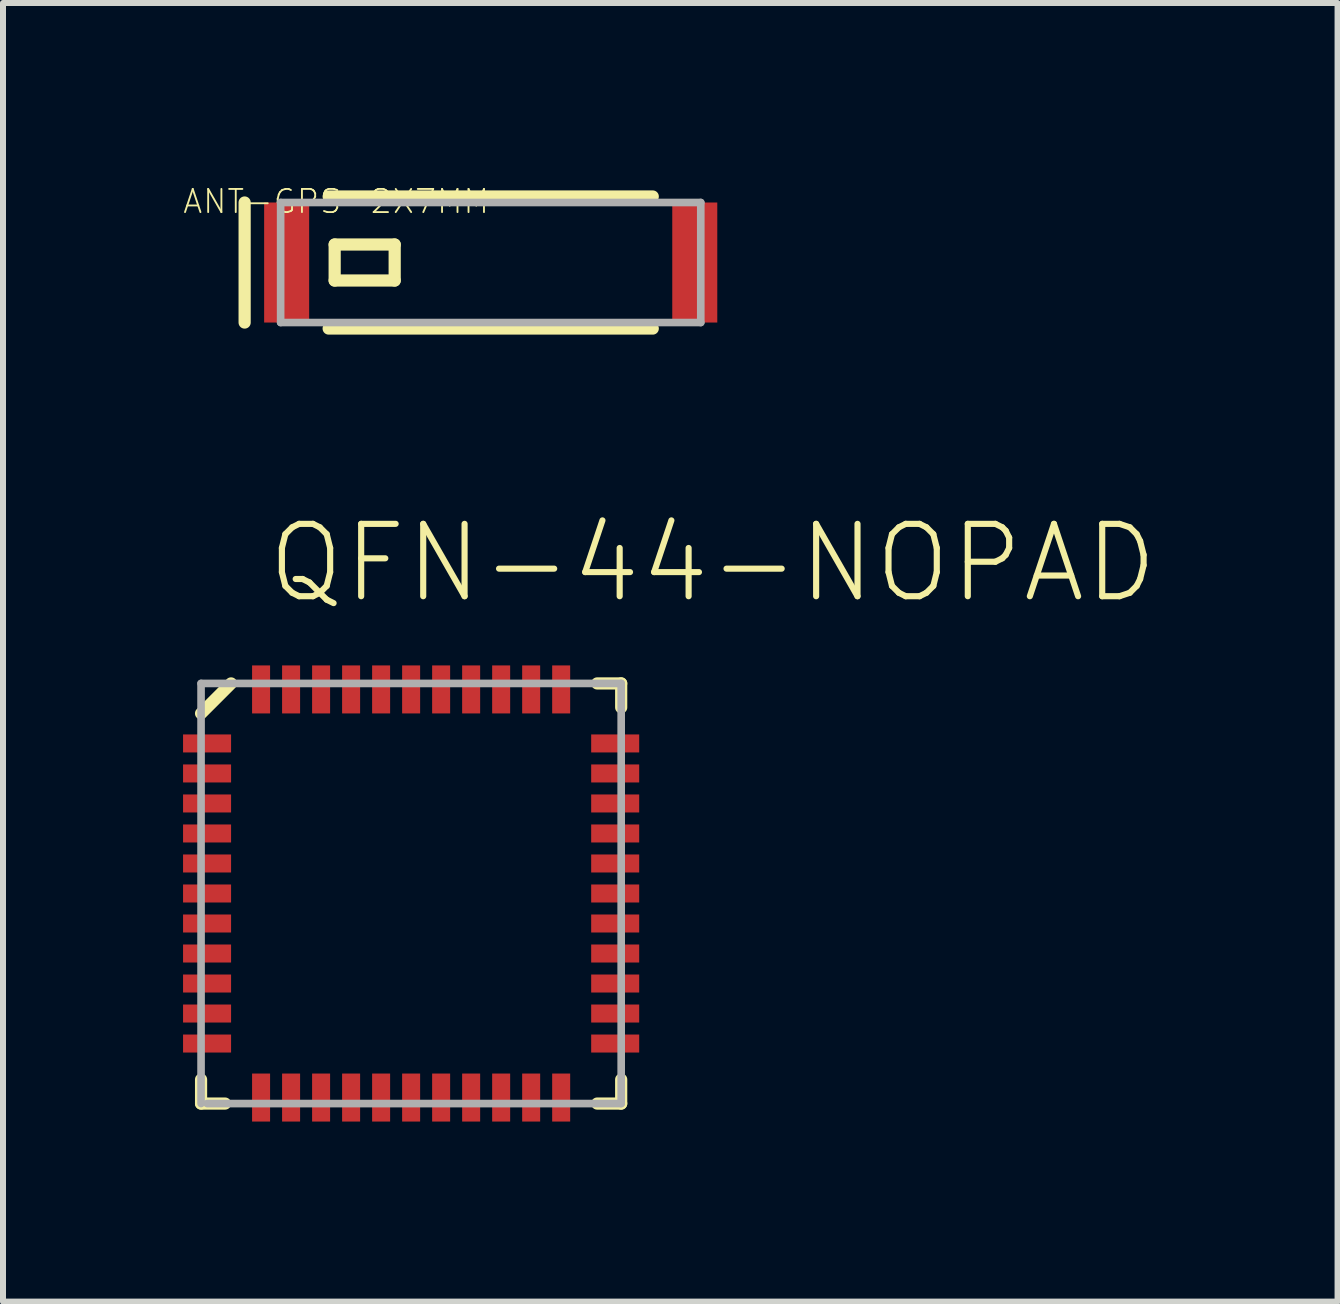
<source format=kicad_pcb>
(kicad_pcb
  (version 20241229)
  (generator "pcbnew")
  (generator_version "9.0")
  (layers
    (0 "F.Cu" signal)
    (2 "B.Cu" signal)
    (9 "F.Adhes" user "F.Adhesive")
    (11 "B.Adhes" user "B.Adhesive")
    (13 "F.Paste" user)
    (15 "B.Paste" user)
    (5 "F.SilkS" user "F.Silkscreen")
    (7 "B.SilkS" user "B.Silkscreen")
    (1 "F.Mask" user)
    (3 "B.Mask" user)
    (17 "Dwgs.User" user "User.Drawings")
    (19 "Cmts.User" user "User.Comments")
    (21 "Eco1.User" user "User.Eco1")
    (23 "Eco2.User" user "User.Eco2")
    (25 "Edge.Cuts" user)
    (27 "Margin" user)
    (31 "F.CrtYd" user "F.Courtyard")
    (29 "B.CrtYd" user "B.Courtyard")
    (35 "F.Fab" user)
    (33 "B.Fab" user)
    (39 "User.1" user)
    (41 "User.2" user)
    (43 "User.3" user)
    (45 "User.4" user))
  (footprint "QFN-44-NOPAD"
    (layer "F.Cu")
    (at 3.8 11.837)
    (property "Reference" "QFN-44-NOPAD" (at -2.45 -4.8 0) (layer "F.SilkS") (effects (font (size 1.206 1.206) (thickness 0.102)) (justify left bottom)))
    (attr through_hole)
    (fp_line (start -3.5 3.5) (end -3.5 3.1) (stroke (width 0.203) (type solid)) (layer "F.SilkS"))
    (fp_line (start -3.1 3.5) (end -3.5 3.5) (stroke (width 0.203) (type solid)) (layer "F.SilkS"))
    (fp_line (start -3 -3.5) (end -3.5 -3) (stroke (width 0.203) (type solid)) (layer "F.SilkS"))
    (fp_line (start 3.1 3.5) (end 3.5 3.5) (stroke (width 0.203) (type solid)) (layer "F.SilkS"))
    (fp_line (start 3.5 -3.5) (end 3.1 -3.5) (stroke (width 0.203) (type solid)) (layer "F.SilkS"))
    (fp_line (start 3.5 -3.1) (end 3.5 -3.5) (stroke (width 0.203) (type solid)) (layer "F.SilkS"))
    (fp_line (start 3.5 3.1) (end 3.5 3.5) (stroke (width 0.203) (type solid)) (layer "F.SilkS"))
    (fp_line (start -3.5 -3.5) (end -3.5 3.5) (stroke (width 0.127) (type solid)) (layer "F.Fab"))
    (fp_line (start -3.4 3.5) (end 3.5 3.5) (stroke (width 0.127) (type solid)) (layer "F.Fab"))
    (fp_line (start 3.5 -3.5) (end -3.5 -3.5) (stroke (width 0.127) (type solid)) (layer "F.Fab"))
    (fp_line (start 3.5 3.5) (end 3.5 -3.5) (stroke (width 0.127) (type solid)) (layer "F.Fab"))
    (pad "1" smd rect (at -3.4 -2.5 180) (size 0.8 0.3) (layers "F.Cu" "F.Mask" "F.Paste"))
    (pad "2" smd rect (at -3.4 -2 180) (size 0.8 0.3) (layers "F.Cu" "F.Mask" "F.Paste"))
    (pad "3" smd rect (at -3.4 -1.5 180) (size 0.8 0.3) (layers "F.Cu" "F.Mask" "F.Paste"))
    (pad "4" smd rect (at -3.4 -1 180) (size 0.8 0.3) (layers "F.Cu" "F.Mask" "F.Paste"))
    (pad "5" smd rect (at -3.4 -0.5 180) (size 0.8 0.3) (layers "F.Cu" "F.Mask" "F.Paste"))
    (pad "6" smd rect (at -3.4 0 180) (size 0.8 0.3) (layers "F.Cu" "F.Mask" "F.Paste"))
    (pad "7" smd rect (at -3.4 0.5) (size 0.8 0.3) (layers "F.Cu" "F.Mask" "F.Paste"))
    (pad "8" smd rect (at -3.4 1) (size 0.8 0.3) (layers "F.Cu" "F.Mask" "F.Paste"))
    (pad "9" smd rect (at -3.4 1.5) (size 0.8 0.3) (layers "F.Cu" "F.Mask" "F.Paste"))
    (pad "10" smd rect (at -3.4 2) (size 0.8 0.3) (layers "F.Cu" "F.Mask" "F.Paste"))
    (pad "11" smd rect (at -3.4 2.5) (size 0.8 0.3) (layers "F.Cu" "F.Mask" "F.Paste"))
    (pad "12" smd rect (at -2.5 3.4 270) (size 0.8 0.3) (layers "F.Cu" "F.Mask" "F.Paste"))
    (pad "13" smd rect (at -2 3.4 270) (size 0.8 0.3) (layers "F.Cu" "F.Mask" "F.Paste"))
    (pad "14" smd rect (at -1.5 3.4 270) (size 0.8 0.3) (layers "F.Cu" "F.Mask" "F.Paste"))
    (pad "15" smd rect (at -1 3.4 270) (size 0.8 0.3) (layers "F.Cu" "F.Mask" "F.Paste"))
    (pad "16" smd rect (at -0.5 3.4 270) (size 0.8 0.3) (layers "F.Cu" "F.Mask" "F.Paste"))
    (pad "17" smd rect (at 0 3.4 270) (size 0.8 0.3) (layers "F.Cu" "F.Mask" "F.Paste"))
    (pad "18" smd rect (at 0.5 3.4 90) (size 0.8 0.3) (layers "F.Cu" "F.Mask" "F.Paste"))
    (pad "19" smd rect (at 1 3.4 90) (size 0.8 0.3) (layers "F.Cu" "F.Mask" "F.Paste"))
    (pad "20" smd rect (at 1.5 3.4 90) (size 0.8 0.3) (layers "F.Cu" "F.Mask" "F.Paste"))
    (pad "21" smd rect (at 2 3.4 90) (size 0.8 0.3) (layers "F.Cu" "F.Mask" "F.Paste"))
    (pad "22" smd rect (at 2.5 3.4 90) (size 0.8 0.3) (layers "F.Cu" "F.Mask" "F.Paste"))
    (pad "23" smd rect (at 3.4 2.5) (size 0.8 0.3) (layers "F.Cu" "F.Mask" "F.Paste"))
    (pad "24" smd rect (at 3.4 2) (size 0.8 0.3) (layers "F.Cu" "F.Mask" "F.Paste"))
    (pad "25" smd rect (at 3.4 1.5) (size 0.8 0.3) (layers "F.Cu" "F.Mask" "F.Paste"))
    (pad "26" smd rect (at 3.4 1) (size 0.8 0.3) (layers "F.Cu" "F.Mask" "F.Paste"))
    (pad "27" smd rect (at 3.4 0.5) (size 0.8 0.3) (layers "F.Cu" "F.Mask" "F.Paste"))
    (pad "28" smd rect (at 3.4 0) (size 0.8 0.3) (layers "F.Cu" "F.Mask" "F.Paste"))
    (pad "29" smd rect (at 3.4 -0.5 180) (size 0.8 0.3) (layers "F.Cu" "F.Mask" "F.Paste"))
    (pad "30" smd rect (at 3.4 -1 180) (size 0.8 0.3) (layers "F.Cu" "F.Mask" "F.Paste"))
    (pad "31" smd rect (at 3.4 -1.5 180) (size 0.8 0.3) (layers "F.Cu" "F.Mask" "F.Paste"))
    (pad "32" smd rect (at 3.4 -2 180) (size 0.8 0.3) (layers "F.Cu" "F.Mask" "F.Paste"))
    (pad "33" smd rect (at 3.4 -2.5 180) (size 0.8 0.3) (layers "F.Cu" "F.Mask" "F.Paste"))
    (pad "34" smd rect (at 2.5 -3.4 90) (size 0.8 0.3) (layers "F.Cu" "F.Mask" "F.Paste"))
    (pad "35" smd rect (at 2 -3.4 90) (size 0.8 0.3) (layers "F.Cu" "F.Mask" "F.Paste"))
    (pad "36" smd rect (at 1.5 -3.4 90) (size 0.8 0.3) (layers "F.Cu" "F.Mask" "F.Paste"))
    (pad "37" smd rect (at 1 -3.4 90) (size 0.8 0.3) (layers "F.Cu" "F.Mask" "F.Paste"))
    (pad "38" smd rect (at 0.5 -3.4 90) (size 0.8 0.3) (layers "F.Cu" "F.Mask" "F.Paste"))
    (pad "39" smd rect (at 0 -3.4 90) (size 0.8 0.3) (layers "F.Cu" "F.Mask" "F.Paste"))
    (pad "40" smd rect (at -0.5 -3.4 270) (size 0.8 0.3) (layers "F.Cu" "F.Mask" "F.Paste"))
    (pad "41" smd rect (at -1 -3.4 270) (size 0.8 0.3) (layers "F.Cu" "F.Mask" "F.Paste"))
    (pad "42" smd rect (at -1.5 -3.4 270) (size 0.8 0.3) (layers "F.Cu" "F.Mask" "F.Paste"))
    (pad "43" smd rect (at -2 -3.4 270) (size 0.8 0.3) (layers "F.Cu" "F.Mask" "F.Paste"))
    (pad "44" smd rect (at -2.5 -3.4 270) (size 0.8 0.3) (layers "F.Cu" "F.Mask" "F.Paste")))
  (footprint "ANT-GPS-2X7MM"
    (layer "F.Cu")
    (at 5.126 1.324)
    (property "Reference" "ANT-GPS-2X7MM" (at 0 -1.243 0) (layer "F.SilkS") (effects (font (size 0.386 0.386) (thickness 0.031)) (justify right top)))
    (attr through_hole)
    (fp_line (start -4.1 -1) (end -4.1 1) (stroke (width 0.203) (type solid)) (layer "F.SilkS"))
    (fp_line (start -2.7 -1.1) (end 2.7 -1.1) (stroke (width 0.203) (type solid)) (layer "F.SilkS"))
    (fp_line (start -2.7 1.1) (end 2.7 1.1) (stroke (width 0.203) (type solid)) (layer "F.SilkS"))
    (fp_line (start -2.6 -0.3) (end -2.6 0.3) (stroke (width 0.203) (type solid)) (layer "F.SilkS"))
    (fp_line (start -2.6 0.3) (end -1.6 0.3) (stroke (width 0.203) (type solid)) (layer "F.SilkS"))
    (fp_line (start -1.6 -0.3) (end -2.6 -0.3) (stroke (width 0.203) (type solid)) (layer "F.SilkS"))
    (fp_line (start -1.6 0.3) (end -1.6 -0.3) (stroke (width 0.203) (type solid)) (layer "F.SilkS"))
    (fp_line (start -3.5 -1) (end 3.5 -1) (stroke (width 0.127) (type solid)) (layer "F.Fab"))
    (fp_line (start -3.5 1) (end -3.5 -1) (stroke (width 0.127) (type solid)) (layer "F.Fab"))
    (fp_line (start 3.5 -1) (end 3.5 1) (stroke (width 0.127) (type solid)) (layer "F.Fab"))
    (fp_line (start 3.5 1) (end -3.5 1) (stroke (width 0.127) (type solid)) (layer "F.Fab"))
    (pad "1" smd rect (at -3.4 0 90) (size 2 0.75) (layers "F.Cu" "F.Mask" "F.Paste"))
    (pad "NC" smd rect (at 3.4 0 90) (size 2 0.75) (layers "F.Cu" "F.Mask" "F.Paste")))
  (gr_rect
    (start -3 -3)
    (end 19.236 18.637)
    (stroke (width 0.1) (type default))
    (fill no)
    (layer "Edge.Cuts")))
</source>
